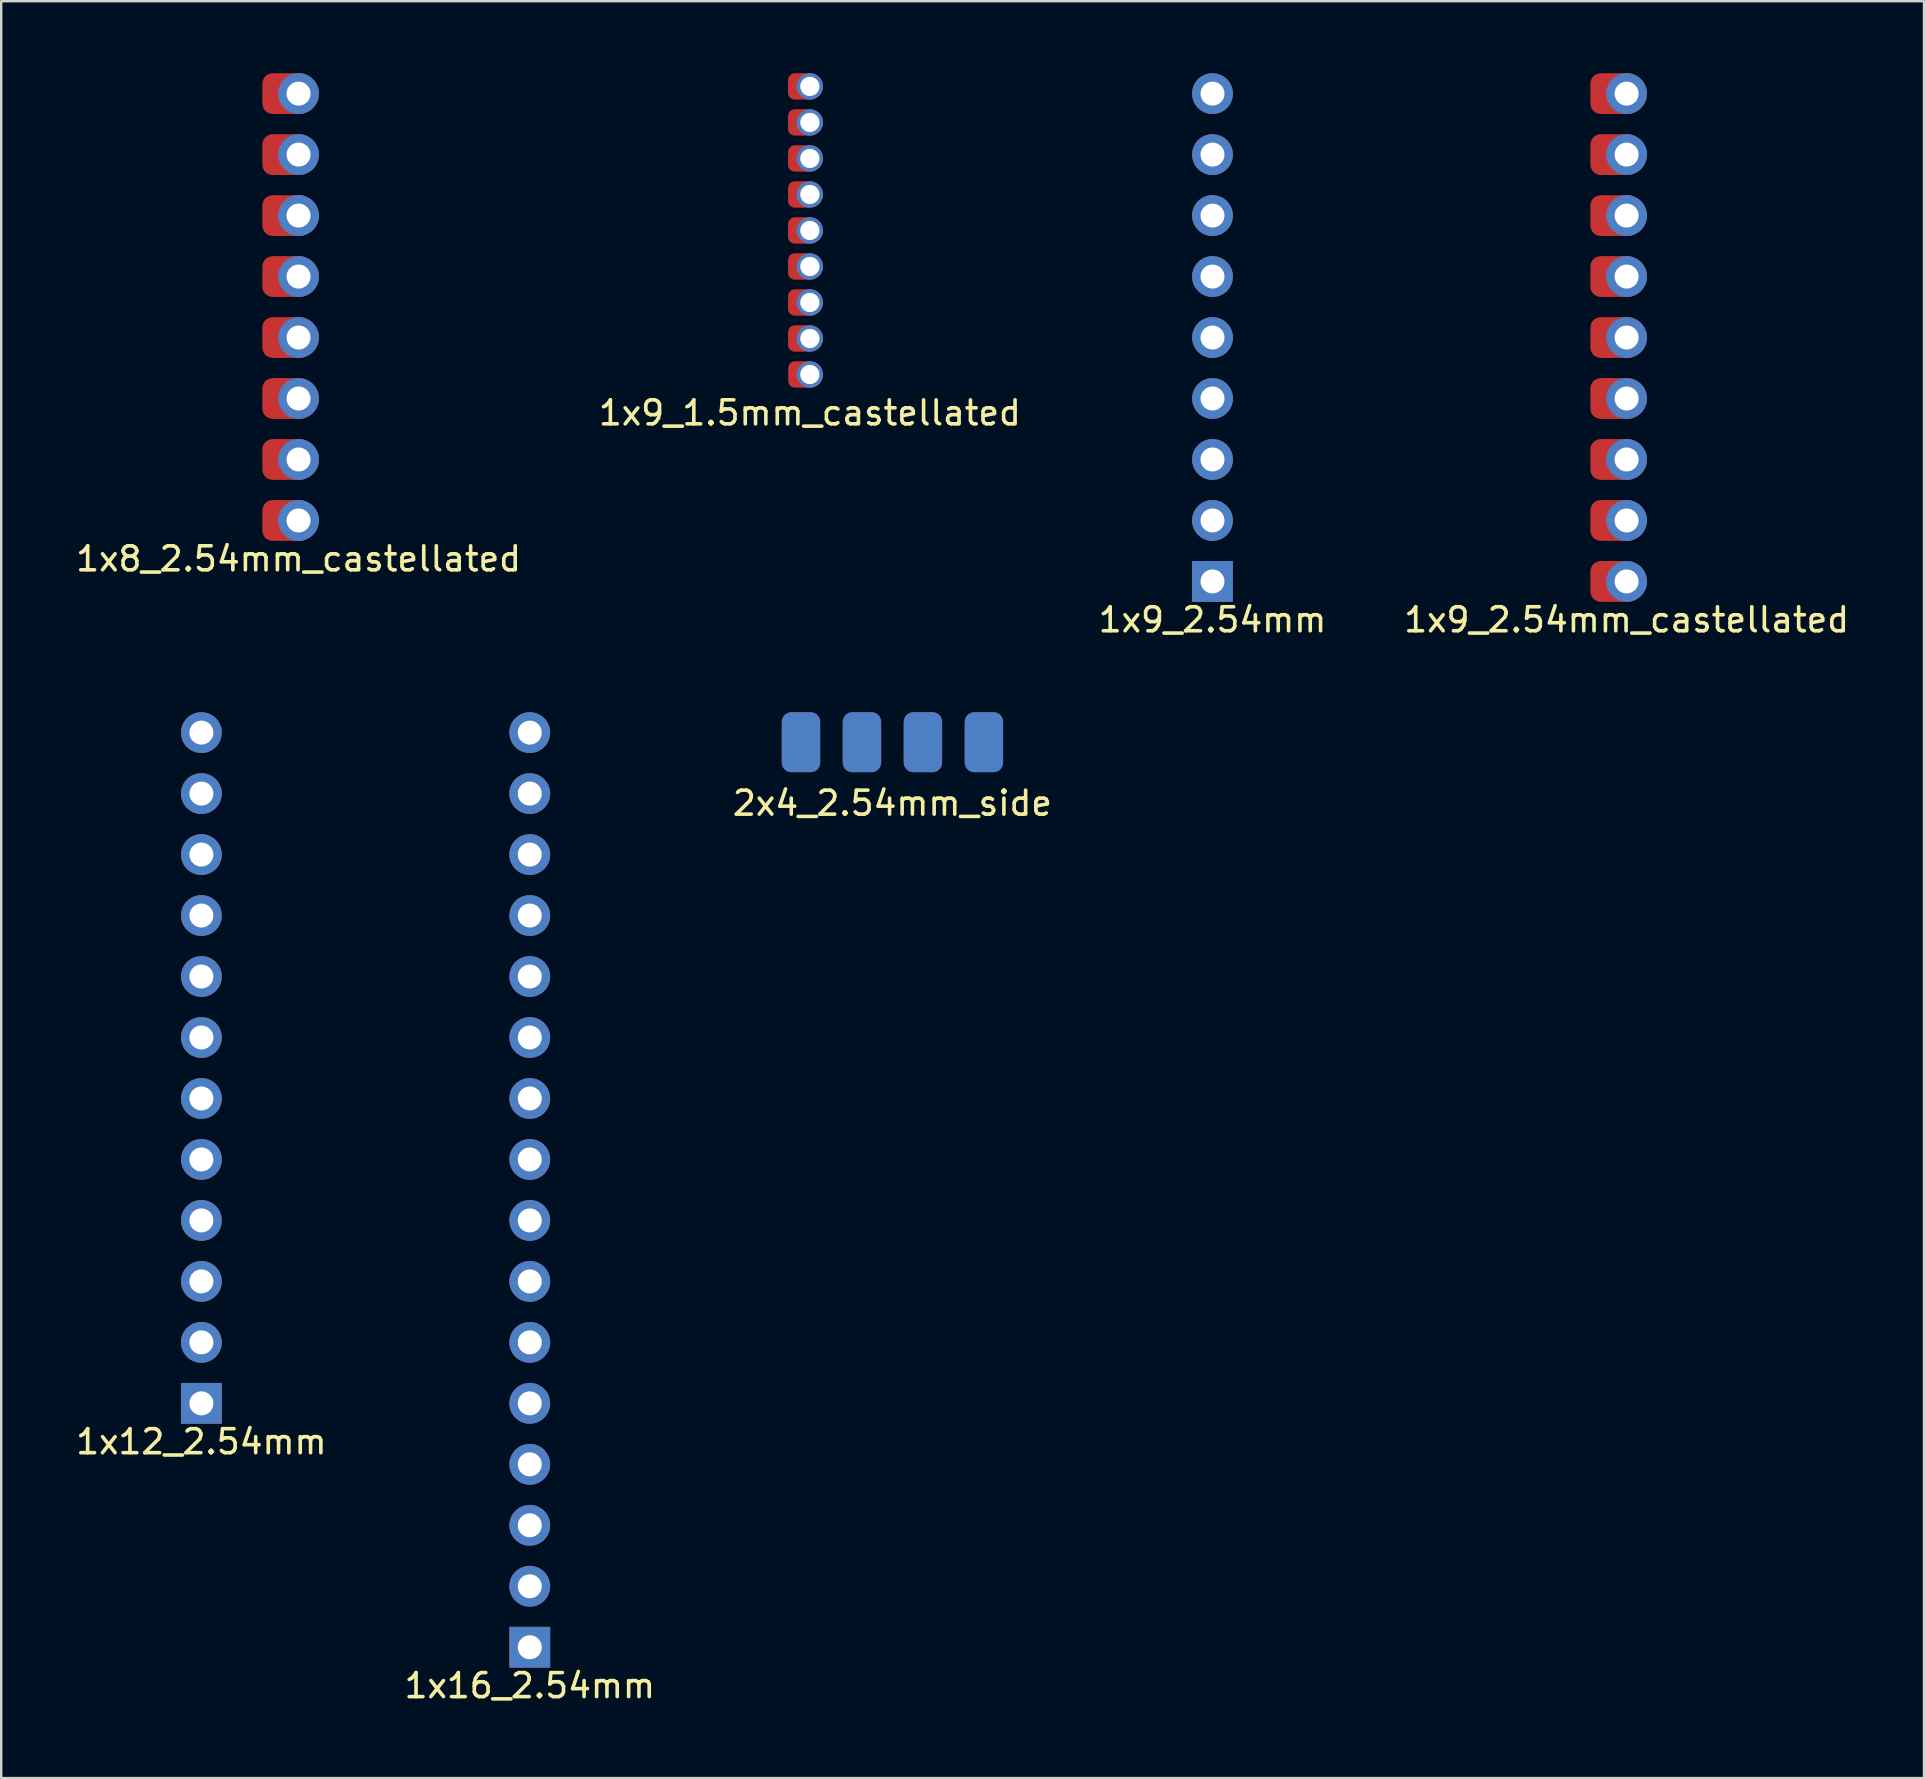
<source format=kicad_pcb>
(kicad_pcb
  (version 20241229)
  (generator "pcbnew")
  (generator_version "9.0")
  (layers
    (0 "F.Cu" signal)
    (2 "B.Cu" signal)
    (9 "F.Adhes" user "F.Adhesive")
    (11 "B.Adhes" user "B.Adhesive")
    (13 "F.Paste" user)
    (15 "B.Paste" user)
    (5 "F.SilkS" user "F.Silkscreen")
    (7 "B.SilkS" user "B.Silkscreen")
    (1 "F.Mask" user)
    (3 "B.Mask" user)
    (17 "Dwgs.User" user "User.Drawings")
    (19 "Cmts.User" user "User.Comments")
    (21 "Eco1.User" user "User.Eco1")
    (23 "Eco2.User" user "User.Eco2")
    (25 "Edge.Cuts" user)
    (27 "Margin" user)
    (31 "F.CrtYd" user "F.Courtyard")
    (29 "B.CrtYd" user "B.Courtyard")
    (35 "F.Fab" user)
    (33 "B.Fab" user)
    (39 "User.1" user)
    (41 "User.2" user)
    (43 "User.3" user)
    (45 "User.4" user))
  (footprint "1x12_2.54mm"
    (layer "F.Cu")
    (at 5.339 55.408)
    (property "Reference" "1x12_2.54mm" (at 0 1.6 0) (layer "F.SilkS") (effects (font (size 1 1) (thickness 0.15))))
    (attr through_hole)
    (pad "1" thru_hole rect (at 0 0) (size 1.7 1.7) (drill 1) (layers "*.Cu" "*.Mask"))
    (pad "2" thru_hole circle (at 0 -2.54) (size 1.7 1.7) (drill 1) (layers "*.Cu" "*.Mask"))
    (pad "3" thru_hole circle (at 0 -5.08) (size 1.7 1.7) (drill 1) (layers "*.Cu" "*.Mask"))
    (pad "4" thru_hole circle (at 0 -7.62) (size 1.7 1.7) (drill 1) (layers "*.Cu" "*.Mask"))
    (pad "5" thru_hole circle (at 0 -10.16) (size 1.7 1.7) (drill 1) (layers "*.Cu" "*.Mask"))
    (pad "6" thru_hole circle (at 0 -12.7) (size 1.7 1.7) (drill 1) (layers "*.Cu" "*.Mask"))
    (pad "7" thru_hole circle (at 0 -15.24) (size 1.7 1.7) (drill 1) (layers "*.Cu" "*.Mask"))
    (pad "8" thru_hole circle (at 0 -17.78) (size 1.7 1.7) (drill 1) (layers "*.Cu" "*.Mask"))
    (pad "9" thru_hole circle (at 0 -20.32) (size 1.7 1.7) (drill 1) (layers "*.Cu" "*.Mask"))
    (pad "10" thru_hole circle (at 0 -22.86) (size 1.7 1.7) (drill 1) (layers "*.Cu" "*.Mask"))
    (pad "11" thru_hole circle (at 0 -25.4) (size 1.7 1.7) (drill 1) (layers "*.Cu" "*.Mask"))
    (pad "12" thru_hole circle (at 0 -27.94) (size 1.7 1.7) (drill 1) (layers "*.Cu" "*.Mask")))
  (footprint "2x4_2.54mm_side"
    (layer "F.Cu")
    (at 34.125 27.868)
    (property "Reference" "2x4_2.54mm_side" (at 0 2.54 0) (layer "F.SilkS") (effects (font (size 1 1) (thickness 0.15))))
    (attr through_hole)
    (pad "1" smd roundrect (at -3.81 0) (size 1.6 2.5) (layers "F.Cu" "F.Mask") (roundrect_rratio 0.25))
    (pad "2" smd roundrect (at -1.27 0) (size 1.6 2.5) (layers "F.Cu" "F.Mask") (roundrect_rratio 0.25))
    (pad "3" smd roundrect (at 1.27 0) (size 1.6 2.5) (layers "F.Cu" "F.Mask") (roundrect_rratio 0.25))
    (pad "4" smd roundrect (at 3.81 0) (size 1.6 2.5) (layers "F.Cu" "F.Mask") (roundrect_rratio 0.25))
    (pad "5" smd roundrect (at -3.81 0) (size 1.6 2.5) (layers "B.Cu" "B.Mask") (roundrect_rratio 0.25))
    (pad "6" smd roundrect (at -1.27 0) (size 1.6 2.5) (layers "B.Cu" "B.Mask") (roundrect_rratio 0.25))
    (pad "7" smd roundrect (at 1.27 0) (size 1.6 2.5) (layers "B.Cu" "B.Mask") (roundrect_rratio 0.25))
    (pad "8" smd roundrect (at 3.81 0) (size 1.6 2.5) (layers "B.Cu" "B.Mask") (roundrect_rratio 0.25)))
  (footprint "1x9_2.54mm"
    (layer "F.Cu")
    (at 47.458 21.17)
    (property "Reference" "1x9_2.54mm" (at 0 1.6 0) (layer "F.SilkS") (effects (font (size 1 1) (thickness 0.15))))
    (attr through_hole)
    (pad "1" thru_hole rect (at 0 0) (size 1.7 1.7) (drill 1) (layers "*.Cu" "*.Mask"))
    (pad "2" thru_hole circle (at 0 -2.54) (size 1.7 1.7) (drill 1) (layers "*.Cu" "*.Mask"))
    (pad "3" thru_hole circle (at 0 -5.08) (size 1.7 1.7) (drill 1) (layers "*.Cu" "*.Mask"))
    (pad "4" thru_hole circle (at 0 -7.62) (size 1.7 1.7) (drill 1) (layers "*.Cu" "*.Mask"))
    (pad "5" thru_hole circle (at 0 -10.16) (size 1.7 1.7) (drill 1) (layers "*.Cu" "*.Mask"))
    (pad "6" thru_hole circle (at 0 -12.7) (size 1.7 1.7) (drill 1) (layers "*.Cu" "*.Mask"))
    (pad "7" thru_hole circle (at 0 -15.24) (size 1.7 1.7) (drill 1) (layers "*.Cu" "*.Mask"))
    (pad "8" thru_hole circle (at 0 -17.78) (size 1.7 1.7) (drill 1) (layers "*.Cu" "*.Mask"))
    (pad "9" thru_hole circle (at 0 -20.32) (size 1.7 1.7) (drill 1) (layers "*.Cu" "*.Mask")))
  (footprint "1x8_2.54mm_castellated"
    (layer "F.Cu")
    (at 9.387 18.63)
    (property "Reference" "1x8_2.54mm_castellated" (at 0 1.6 0) (layer "F.SilkS") (effects (font (size 1 1) (thickness 0.15))))
    (attr through_hole)
    (pad "1" smd roundrect (at -0.508 0) (size 2 1.7) (layers "F.Cu" "F.Mask" "F.Paste") (roundrect_rratio 0.25))
    (pad "1" thru_hole circle (at 0 0) (size 1.7 1.7) (drill 1) (layers "*.Cu" "*.Mask"))
    (pad "2" smd roundrect (at -0.508 -2.54) (size 2 1.7) (layers "F.Cu" "F.Mask" "F.Paste") (roundrect_rratio 0.25))
    (pad "2" thru_hole circle (at 0 -2.54) (size 1.7 1.7) (drill 1) (layers "*.Cu" "*.Mask"))
    (pad "3" smd roundrect (at -0.508 -5.08) (size 2 1.7) (layers "F.Cu" "F.Mask" "F.Paste") (roundrect_rratio 0.25))
    (pad "3" thru_hole circle (at 0 -5.08) (size 1.7 1.7) (drill 1) (layers "*.Cu" "*.Mask"))
    (pad "4" smd roundrect (at -0.508 -7.62) (size 2 1.7) (layers "F.Cu" "F.Mask" "F.Paste") (roundrect_rratio 0.25))
    (pad "4" thru_hole circle (at 0 -7.62) (size 1.7 1.7) (drill 1) (layers "*.Cu" "*.Mask"))
    (pad "5" smd roundrect (at -0.508 -10.16) (size 2 1.7) (layers "F.Cu" "F.Mask" "F.Paste") (roundrect_rratio 0.25))
    (pad "5" thru_hole circle (at 0 -10.16) (size 1.7 1.7) (drill 1) (layers "*.Cu" "*.Mask"))
    (pad "6" smd roundrect (at -0.508 -12.7) (size 2 1.7) (layers "F.Cu" "F.Mask" "F.Paste") (roundrect_rratio 0.25))
    (pad "6" thru_hole circle (at 0 -12.7) (size 1.7 1.7) (drill 1) (layers "*.Cu" "*.Mask"))
    (pad "7" smd roundrect (at -0.508 -15.24) (size 2 1.7) (layers "F.Cu" "F.Mask" "F.Paste") (roundrect_rratio 0.25))
    (pad "7" thru_hole circle (at 0 -15.24) (size 1.7 1.7) (drill 1) (layers "*.Cu" "*.Mask"))
    (pad "8" smd roundrect (at -0.508 -17.78) (size 2 1.7) (layers "F.Cu" "F.Mask" "F.Paste") (roundrect_rratio 0.25))
    (pad "8" thru_hole circle (at 0 -17.78) (size 1.7 1.7) (drill 1) (layers "*.Cu" "*.Mask")))
  (footprint "1x16_2.54mm"
    (layer "F.Cu")
    (at 19.018 65.568)
    (property "Reference" "1x16_2.54mm" (at 0 1.6 0) (layer "F.SilkS") (effects (font (size 1 1) (thickness 0.15))))
    (attr through_hole)
    (pad "1" thru_hole rect (at 0 0) (size 1.7 1.7) (drill 1) (layers "*.Cu" "*.Mask"))
    (pad "2" thru_hole circle (at 0 -2.54) (size 1.7 1.7) (drill 1) (layers "*.Cu" "*.Mask"))
    (pad "3" thru_hole circle (at 0 -5.08) (size 1.7 1.7) (drill 1) (layers "*.Cu" "*.Mask"))
    (pad "4" thru_hole circle (at 0 -7.62) (size 1.7 1.7) (drill 1) (layers "*.Cu" "*.Mask"))
    (pad "5" thru_hole circle (at 0 -10.16) (size 1.7 1.7) (drill 1) (layers "*.Cu" "*.Mask"))
    (pad "6" thru_hole circle (at 0 -12.7) (size 1.7 1.7) (drill 1) (layers "*.Cu" "*.Mask"))
    (pad "7" thru_hole circle (at 0 -15.24) (size 1.7 1.7) (drill 1) (layers "*.Cu" "*.Mask"))
    (pad "8" thru_hole circle (at 0 -17.78) (size 1.7 1.7) (drill 1) (layers "*.Cu" "*.Mask"))
    (pad "9" thru_hole circle (at 0 -20.32) (size 1.7 1.7) (drill 1) (layers "*.Cu" "*.Mask"))
    (pad "10" thru_hole circle (at 0 -22.86) (size 1.7 1.7) (drill 1) (layers "*.Cu" "*.Mask"))
    (pad "11" thru_hole circle (at 0 -25.4) (size 1.7 1.7) (drill 1) (layers "*.Cu" "*.Mask"))
    (pad "12" thru_hole circle (at 0 -27.94) (size 1.7 1.7) (drill 1) (layers "*.Cu" "*.Mask"))
    (pad "13" thru_hole circle (at 0 -30.48) (size 1.7 1.7) (drill 1) (layers "*.Cu" "*.Mask"))
    (pad "14" thru_hole circle (at 0 -33.02) (size 1.7 1.7) (drill 1) (layers "*.Cu" "*.Mask"))
    (pad "15" thru_hole circle (at 0 -35.56) (size 1.7 1.7) (drill 1) (layers "*.Cu" "*.Mask"))
    (pad "16" thru_hole circle (at 0 -38.1) (size 1.7 1.7) (drill 1) (layers "*.Cu" "*.Mask")))
  (footprint "1x9_1.5mm_castellated"
    (layer "F.Cu")
    (at 30.685 12.55)
    (property "Reference" "1x9_1.5mm_castellated" (at 0 1.6 0) (layer "F.SilkS") (effects (font (size 1 1) (thickness 0.15))))
    (attr through_hole)
    (pad "1" smd roundrect (at -0.3 0) (size 1.2 1.1) (layers "F.Cu" "F.Mask") (roundrect_rratio 0.25))
    (pad "1" thru_hole circle (at 0 0) (size 1.1 1.1) (drill 0.8) (layers "*.Cu" "*.Mask"))
    (pad "2" smd roundrect (at -0.308 -1.5) (size 1.2 1.1) (layers "F.Cu" "F.Mask") (roundrect_rratio 0.25))
    (pad "2" thru_hole circle (at 0 -1.5) (size 1.1 1.1) (drill 0.8) (layers "*.Cu" "*.Mask"))
    (pad "3" smd roundrect (at -0.308 -3) (size 1.2 1.1) (layers "F.Cu" "F.Mask") (roundrect_rratio 0.25))
    (pad "3" thru_hole circle (at 0 -3) (size 1.1 1.1) (drill 0.8) (layers "*.Cu" "*.Mask"))
    (pad "4" smd roundrect (at -0.308 -4.5) (size 1.2 1.1) (layers "F.Cu" "F.Mask") (roundrect_rratio 0.25))
    (pad "4" thru_hole circle (at 0 -4.5) (size 1.1 1.1) (drill 0.8) (layers "*.Cu" "*.Mask"))
    (pad "5" smd roundrect (at -0.308 -6) (size 1.2 1.1) (layers "F.Cu" "F.Mask") (roundrect_rratio 0.25))
    (pad "5" thru_hole circle (at 0 -6) (size 1.1 1.1) (drill 0.8) (layers "*.Cu" "*.Mask"))
    (pad "6" smd roundrect (at -0.308 -7.5) (size 1.2 1.1) (layers "F.Cu" "F.Mask") (roundrect_rratio 0.25))
    (pad "6" thru_hole circle (at 0 -7.5) (size 1.1 1.1) (drill 0.8) (layers "*.Cu" "*.Mask"))
    (pad "7" smd roundrect (at -0.308 -9) (size 1.2 1.1) (layers "F.Cu" "F.Mask") (roundrect_rratio 0.25))
    (pad "7" thru_hole circle (at 0 -9) (size 1.1 1.1) (drill 0.8) (layers "*.Cu" "*.Mask"))
    (pad "8" smd roundrect (at -0.308 -10.5) (size 1.2 1.1) (layers "F.Cu" "F.Mask") (roundrect_rratio 0.25))
    (pad "8" thru_hole circle (at 0 -10.5) (size 1.1 1.1) (drill 0.8) (layers "*.Cu" "*.Mask"))
    (pad "9" smd roundrect (at -0.308 -12) (size 1.2 1.1) (layers "F.Cu" "F.Mask") (roundrect_rratio 0.25))
    (pad "9" thru_hole circle (at 0 -12) (size 1.1 1.1) (drill 0.8) (layers "*.Cu" "*.Mask")))
  (footprint "1x9_2.54mm_castellated"
    (layer "F.Cu")
    (at 64.708 21.17)
    (property "Reference" "1x9_2.54mm_castellated" (at 0 1.6 0) (layer "F.SilkS") (effects (font (size 1 1) (thickness 0.15))))
    (attr through_hole)
    (pad "1" smd roundrect (at -0.508 0) (size 2 1.7) (layers "F.Cu" "F.Mask" "F.Paste") (roundrect_rratio 0.25))
    (pad "1" thru_hole circle (at 0 0) (size 1.7 1.7) (drill 1) (layers "*.Cu" "*.Mask"))
    (pad "2" smd roundrect (at -0.508 -2.54) (size 2 1.7) (layers "F.Cu" "F.Mask" "F.Paste") (roundrect_rratio 0.25))
    (pad "2" thru_hole circle (at 0 -2.54) (size 1.7 1.7) (drill 1) (layers "*.Cu" "*.Mask"))
    (pad "3" smd roundrect (at -0.508 -5.08) (size 2 1.7) (layers "F.Cu" "F.Mask" "F.Paste") (roundrect_rratio 0.25))
    (pad "3" thru_hole circle (at 0 -5.08) (size 1.7 1.7) (drill 1) (layers "*.Cu" "*.Mask"))
    (pad "4" smd roundrect (at -0.508 -7.62) (size 2 1.7) (layers "F.Cu" "F.Mask" "F.Paste") (roundrect_rratio 0.25))
    (pad "4" thru_hole circle (at 0 -7.62) (size 1.7 1.7) (drill 1) (layers "*.Cu" "*.Mask"))
    (pad "5" smd roundrect (at -0.508 -10.16) (size 2 1.7) (layers "F.Cu" "F.Mask" "F.Paste") (roundrect_rratio 0.25))
    (pad "5" thru_hole circle (at 0 -10.16) (size 1.7 1.7) (drill 1) (layers "*.Cu" "*.Mask"))
    (pad "6" smd roundrect (at -0.508 -12.7) (size 2 1.7) (layers "F.Cu" "F.Mask" "F.Paste") (roundrect_rratio 0.25))
    (pad "6" thru_hole circle (at 0 -12.7) (size 1.7 1.7) (drill 1) (layers "*.Cu" "*.Mask"))
    (pad "7" smd roundrect (at -0.508 -15.24) (size 2 1.7) (layers "F.Cu" "F.Mask" "F.Paste") (roundrect_rratio 0.25))
    (pad "7" thru_hole circle (at 0 -15.24) (size 1.7 1.7) (drill 1) (layers "*.Cu" "*.Mask"))
    (pad "8" smd roundrect (at -0.508 -17.78) (size 2 1.7) (layers "F.Cu" "F.Mask" "F.Paste") (roundrect_rratio 0.25))
    (pad "8" thru_hole circle (at 0 -17.78) (size 1.7 1.7) (drill 1) (layers "*.Cu" "*.Mask"))
    (pad "9" smd roundrect (at -0.508 -20.32) (size 2 1.7) (layers "F.Cu" "F.Mask" "F.Paste") (roundrect_rratio 0.25))
    (pad "9" thru_hole circle (at 0 -20.32) (size 1.7 1.7) (drill 1) (layers "*.Cu" "*.Mask")))
  (gr_rect
    (start -3 -3)
    (end 77.095 71.016)
    (stroke (width 0.1) (type default))
    (fill no)
    (layer "Edge.Cuts")))
</source>
